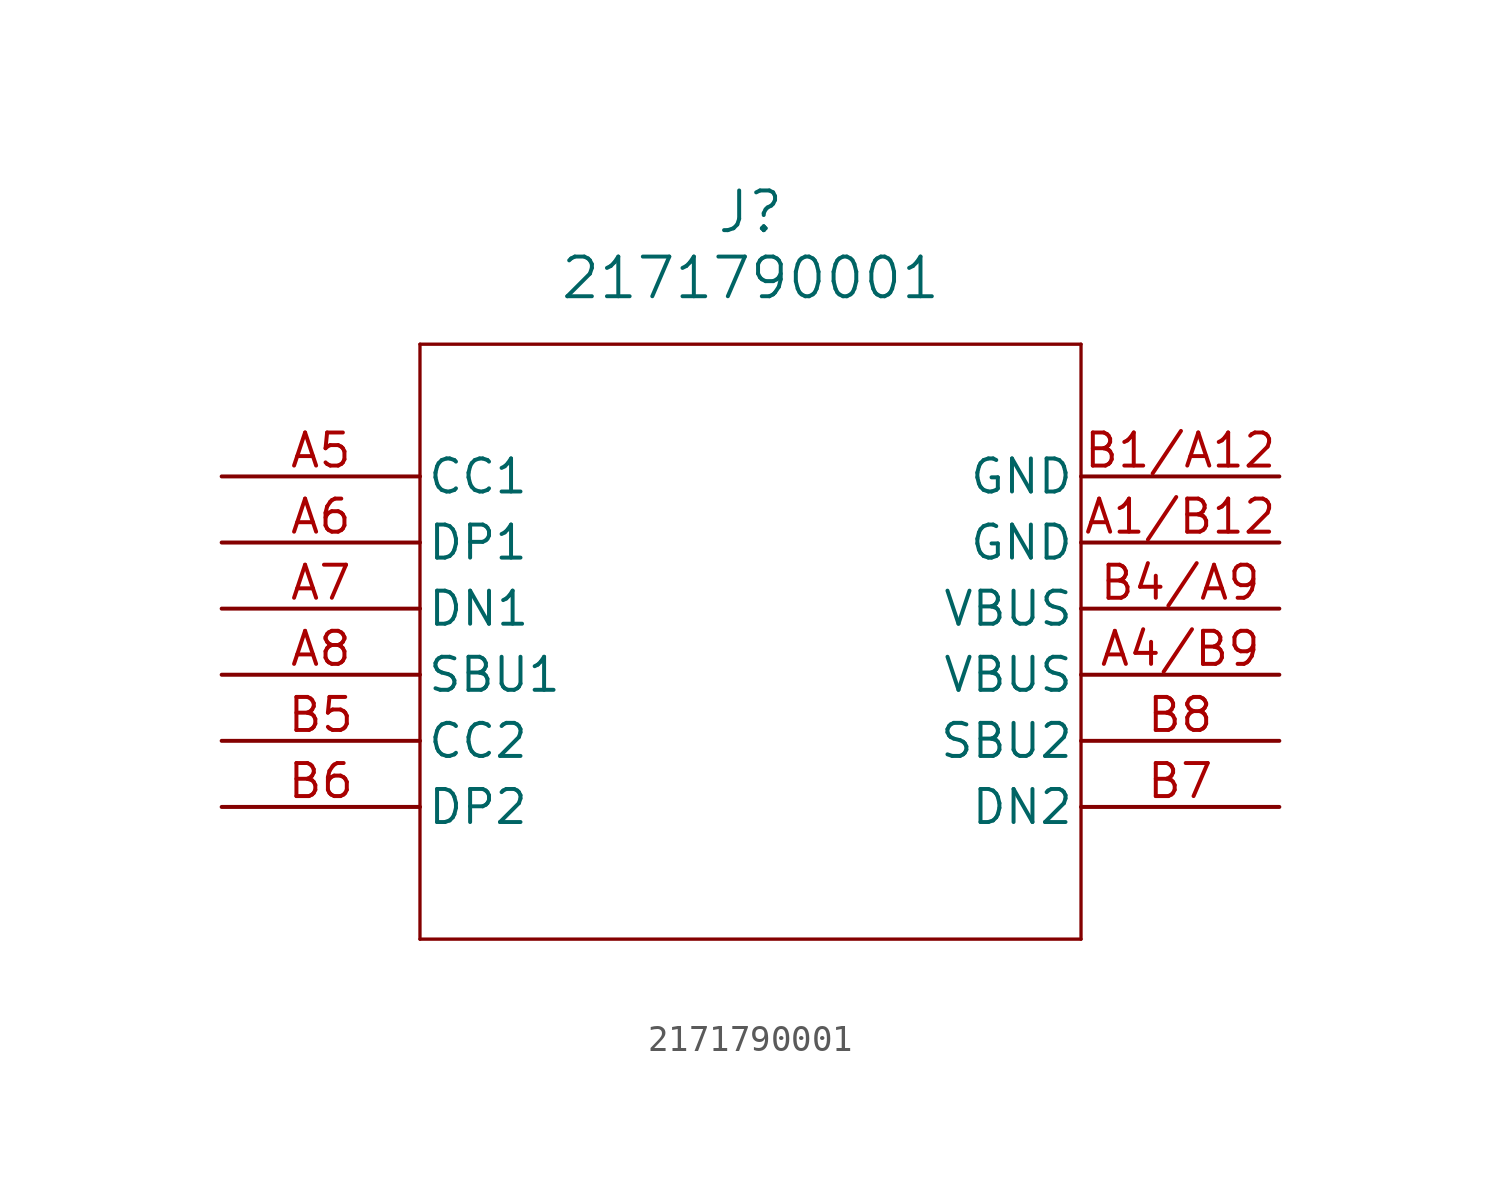
<source format=kicad_sym>
(kicad_symbol_lib
  (version 20241209)
  (generator "kicad_symbol_editor")
  (generator_version "9.0")
  (symbol "2171790001"
    (pin_names
      (offset 0.254))
    (property "Reference" "J"
      (at 20.32 10.16 0)
      (effects (font (size 1.524 1.524))))
    (property "Value" "2171790001"
      (at 20.32 7.62 0)
      (effects (font (size 1.524 1.524))))
    (property "ki_locked" ""
      (at 0 0 0)
      (effects (font (size 1.27 1.27))))
    (symbol "2171790001_0_1"
      (polyline (pts (xy 7.62 5.08) (xy 7.62 -17.78)) (stroke (width 0.127) (type default)) (fill (type none)))
      (polyline (pts (xy 7.62 -17.78) (xy 33.02 -17.78)) (stroke (width 0.127) (type default)) (fill (type none)))
      (polyline (pts (xy 33.02 5.08) (xy 7.62 5.08)) (stroke (width 0.127) (type default)) (fill (type none)))
      (polyline (pts (xy 33.02 -17.78) (xy 33.02 5.08)) (stroke (width 0.127) (type default)) (fill (type none)))
      (pin bidirectional line (at 0 0 0) (length 7.62) (name "CC1" (effects (font (size 1.27 1.27)))) (number "A5" (effects (font (size 1.27 1.27)))))
      (pin bidirectional line (at 0 -2.54 0) (length 7.62) (name "DP1" (effects (font (size 1.27 1.27)))) (number "A6" (effects (font (size 1.27 1.27)))))
      (pin bidirectional line (at 0 -5.08 0) (length 7.62) (name "DN1" (effects (font (size 1.27 1.27)))) (number "A7" (effects (font (size 1.27 1.27)))))
      (pin bidirectional line (at 0 -7.62 0) (length 7.62) (name "SBU1" (effects (font (size 1.27 1.27)))) (number "A8" (effects (font (size 1.27 1.27)))))
      (pin bidirectional line (at 0 -10.16 0) (length 7.62) (name "CC2" (effects (font (size 1.27 1.27)))) (number "B5" (effects (font (size 1.27 1.27)))))
      (pin bidirectional line (at 0 -12.7 0) (length 7.62) (name "DP2" (effects (font (size 1.27 1.27)))) (number "B6" (effects (font (size 1.27 1.27)))))
      (pin power_in line (at 40.64 -5.08 180) (length 7.62) (name "VBUS" (effects (font (size 1.27 1.27)))) (number "B4/A9" (effects (font (size 1.27 1.27)))))
      (pin power_in line (at 40.64 -7.62 180) (length 7.62) (name "VBUS" (effects (font (size 1.27 1.27)))) (number "A4/B9" (effects (font (size 1.27 1.27)))))
      (pin bidirectional line (at 40.64 -10.16 180) (length 7.62) (name "SBU2" (effects (font (size 1.27 1.27)))) (number "B8" (effects (font (size 1.27 1.27)))))
      (pin bidirectional line (at 40.64 -12.7 180) (length 7.62) (name "DN2" (effects (font (size 1.27 1.27)))) (number "B7" (effects (font (size 1.27 1.27))))))
    (symbol "2171790001_1_1"
      (pin power_in line (at 40.64 0 180) (length 7.62) (name "GND" (effects (font (size 1.27 1.27)))) (number "B1/A12" (effects (font (size 1.27 1.27)))))
      (pin power_in line (at 40.64 -2.54 180) (length 7.62) (name "GND" (effects (font (size 1.27 1.27)))) (number "A1/B12" (effects (font (size 1.27 1.27))))))))
</source>
